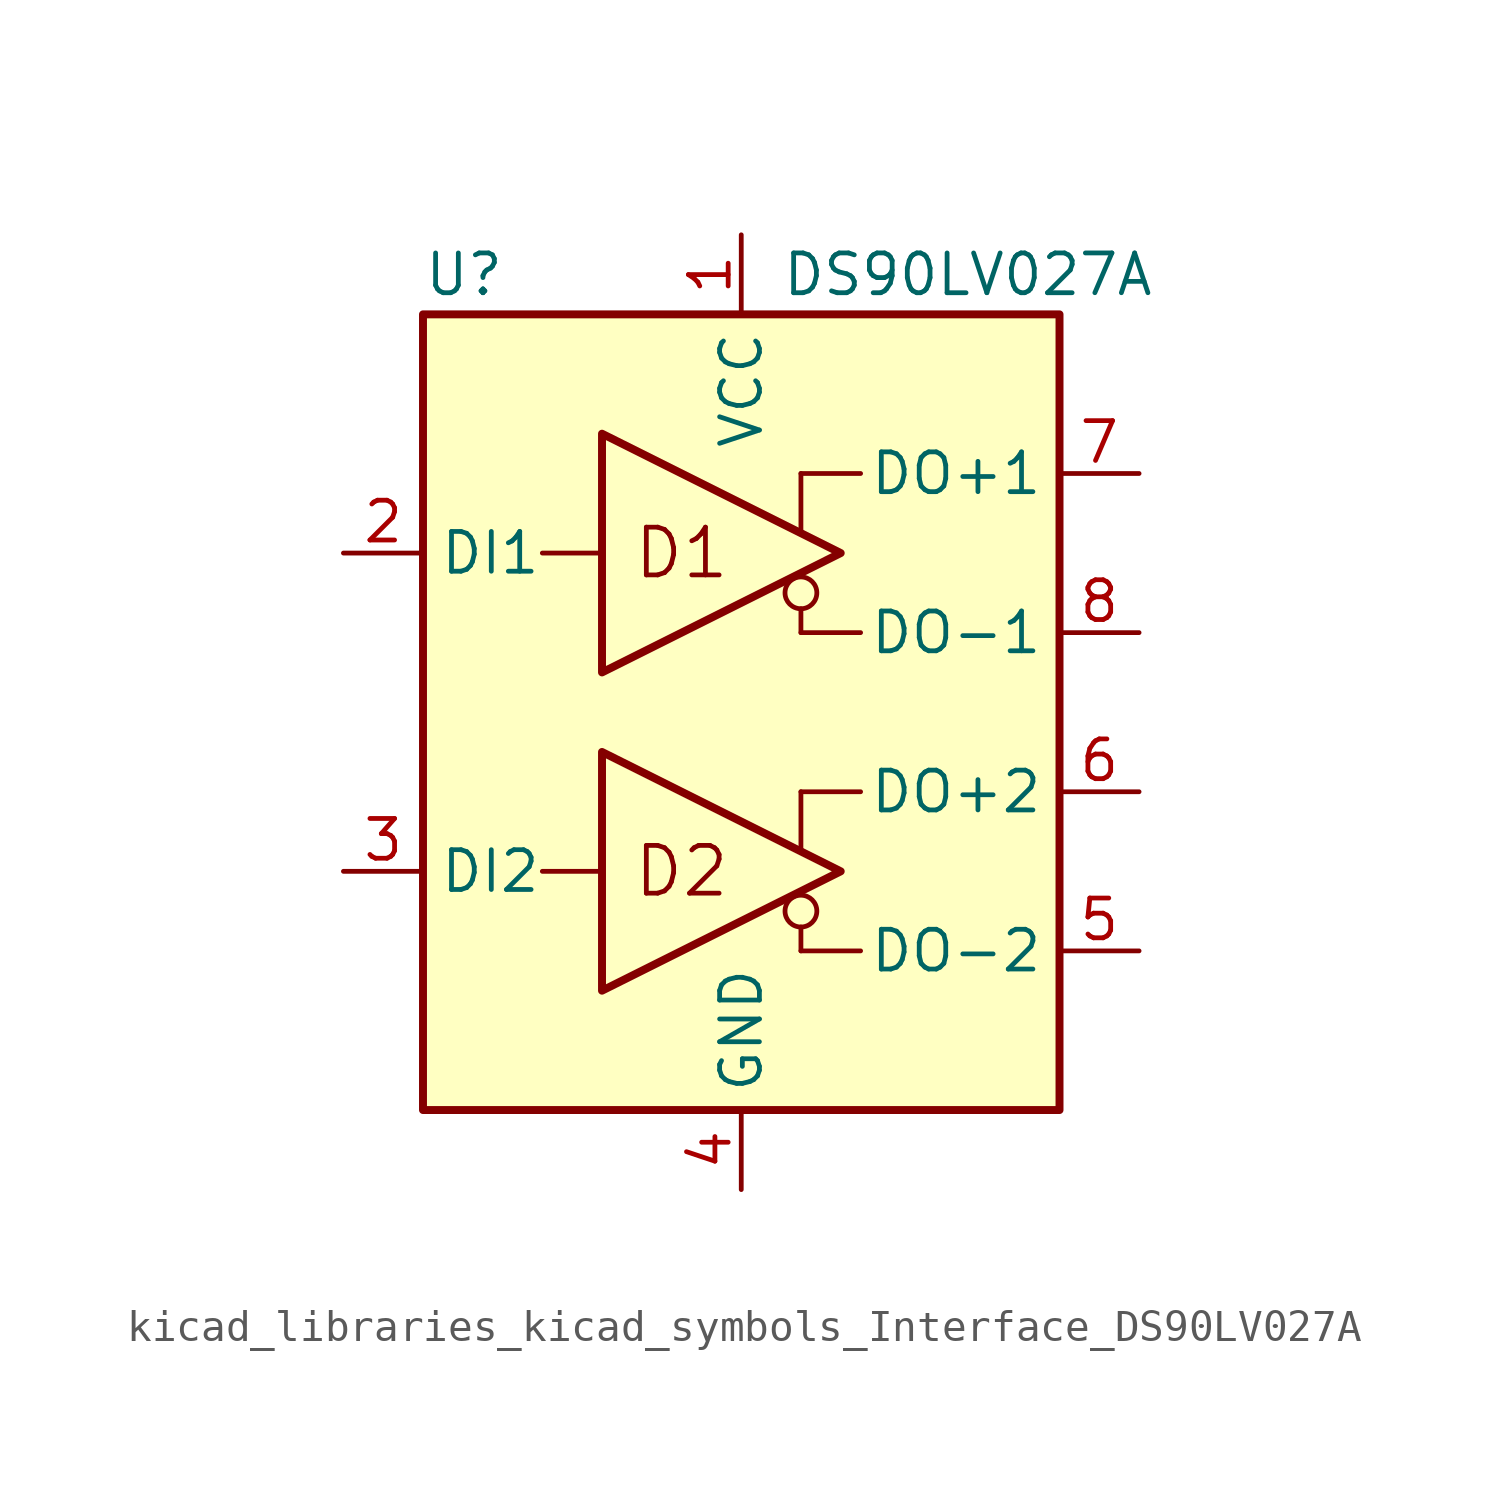
<source format=kicad_sym>
(kicad_symbol_lib
  (version 20220914)
  (generator kicad_symbol_editor)
  (symbol "kicad_libraries_kicad_symbols_Interface_DS90LV027A"
    (property "Reference" "U"
      (at -10.16 13.97 0)
      (effects (font (size 1.27 1.27)) (justify left)))
    (property "Value" "DS90LV027A"
      (at 1.27 13.97 0)
      (effects (font (size 1.27 1.27)) (justify left)))
    (symbol "kicad_libraries_kicad_symbols_Interface_DS90LV027A_1_0"
      (rectangle (start -10.16 12.7) (end 10.16 -12.7) (stroke (width 0.254) (type default)) (fill (type background)))
      (polyline (pts (xy 1.905 -6.858) (xy 1.905 -7.62)) (stroke (width 0) (type default)) (fill (type none)))
      (polyline (pts (xy 1.905 -4.445) (xy 1.905 -2.54)) (stroke (width 0) (type default)) (fill (type none)))
      (polyline (pts (xy 1.905 3.302) (xy 1.905 2.54)) (stroke (width 0) (type default)) (fill (type none)))
      (polyline (pts (xy 1.905 5.715) (xy 1.905 7.62)) (stroke (width 0) (type default)) (fill (type none)))
      (circle (center 1.905 -6.35) (radius 0.508) (stroke (width 0) (type default)) (fill (type none)))
      (circle (center 1.905 3.81) (radius 0.508) (stroke (width 0) (type default)) (fill (type none)))
      (text "D1" (at -1.905 5.08 0) (effects (font (size 1.524 1.524))))
      (text "D2" (at -1.905 -5.08 0) (effects (font (size 1.524 1.524)))))
    (symbol "kicad_libraries_kicad_symbols_Interface_DS90LV027A_1_1"
      (polyline (pts (xy -6.35 -5.08) (xy -4.445 -5.08)) (stroke (width 0) (type default)) (fill (type none)))
      (polyline (pts (xy -6.35 5.08) (xy -4.445 5.08)) (stroke (width 0) (type default)) (fill (type none)))
      (polyline (pts (xy 1.905 -7.62) (xy 3.81 -7.62)) (stroke (width 0) (type default)) (fill (type none)))
      (polyline (pts (xy 1.905 2.54) (xy 3.81 2.54)) (stroke (width 0) (type default)) (fill (type none)))
      (polyline (pts (xy 3.81 -2.54) (xy 1.905 -2.54)) (stroke (width 0) (type default)) (fill (type none)))
      (polyline (pts (xy 3.81 7.62) (xy 1.905 7.62)) (stroke (width 0) (type default)) (fill (type none)))
      (polyline (pts (xy -4.445 -8.89) (xy -4.445 -1.27) (xy 3.175 -5.08) (xy -4.445 -8.89)) (stroke (width 0.254) (type default)) (fill (type none)))
      (polyline (pts (xy -4.445 1.27) (xy -4.445 8.89) (xy 3.175 5.08) (xy -4.445 1.27)) (stroke (width 0.254) (type default)) (fill (type none)))
      (pin power_in line (at 0 15.24 270) (length 2.54) (name "VCC" (effects (font (size 1.27 1.27)))) (number "1" (effects (font (size 1.27 1.27)))))
      (pin input line (at -12.7 5.08 0) (length 2.54) (name "DI1" (effects (font (size 1.27 1.27)))) (number "2" (effects (font (size 1.27 1.27)))))
      (pin input line (at -12.7 -5.08 0) (length 2.54) (name "DI2" (effects (font (size 1.27 1.27)))) (number "3" (effects (font (size 1.27 1.27)))))
      (pin power_in line (at 0 -15.24 90) (length 2.54) (name "GND" (effects (font (size 1.27 1.27)))) (number "4" (effects (font (size 1.27 1.27)))))
      (pin output line (at 12.7 -7.62 180) (length 2.54) (name "DO-2" (effects (font (size 1.27 1.27)))) (number "5" (effects (font (size 1.27 1.27)))))
      (pin output line (at 12.7 -2.54 180) (length 2.54) (name "DO+2" (effects (font (size 1.27 1.27)))) (number "6" (effects (font (size 1.27 1.27)))))
      (pin output line (at 12.7 7.62 180) (length 2.54) (name "DO+1" (effects (font (size 1.27 1.27)))) (number "7" (effects (font (size 1.27 1.27)))))
      (pin output line (at 12.7 2.54 180) (length 2.54) (name "DO-1" (effects (font (size 1.27 1.27)))) (number "8" (effects (font (size 1.27 1.27))))))))
</source>
